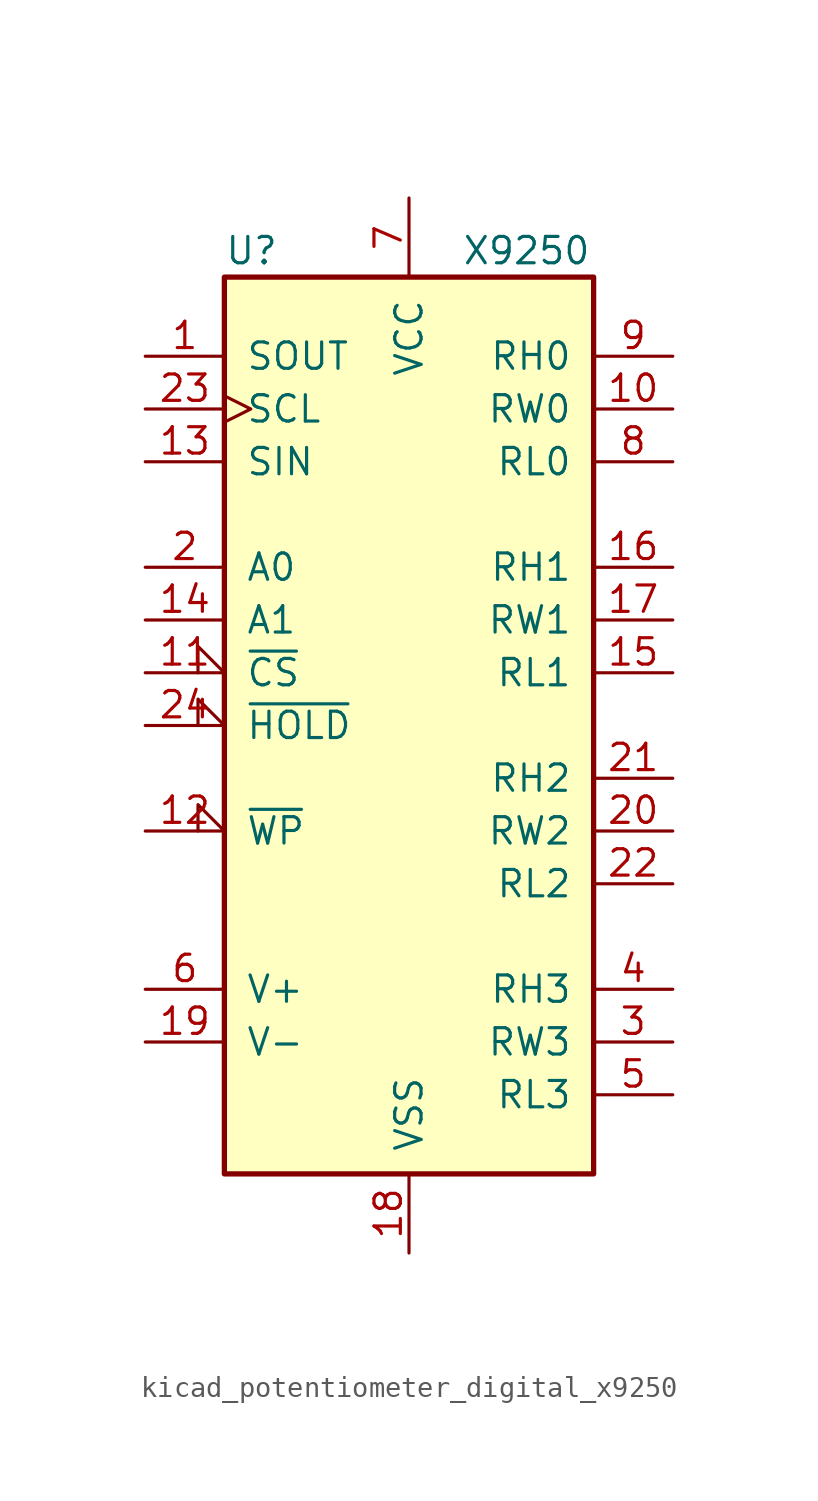
<source format=kicad_sym>
(kicad_symbol_lib
  (version 20220914)
  (generator kicad_symbol_editor)
  (symbol "kicad_potentiometer_digital_x9250"
    (pin_names
      (offset 1.016))
    (property "Reference" "U"
      (at -8.89 22.86 0)
      (effects (font (size 1.27 1.27)) (justify left)))
    (property "Value" "X9250"
      (at 2.54 22.86 0)
      (effects (font (size 1.27 1.27)) (justify left)))
    (symbol "kicad_potentiometer_digital_x9250_0_0"
      (pin input input_low (at -12.7 2.54 0) (length 3.81) (name "~{CS}" (effects (font (size 1.27 1.27)))) (number "11" (effects (font (size 1.27 1.27)))))
      (pin input line (at -12.7 12.7 0) (length 3.81) (name "SIN" (effects (font (size 1.27 1.27)))) (number "13" (effects (font (size 1.27 1.27)))))
      (pin input line (at -12.7 5.08 0) (length 3.81) (name "A1" (effects (font (size 1.27 1.27)))) (number "14" (effects (font (size 1.27 1.27)))))
      (pin power_in line (at 0 -25.4 90) (length 3.81) (name "VSS" (effects (font (size 1.27 1.27)))) (number "18" (effects (font (size 1.27 1.27)))))
      (pin passive line (at -12.7 -15.24 0) (length 3.81) (name "V-" (effects (font (size 1.27 1.27)))) (number "19" (effects (font (size 1.27 1.27)))))
      (pin input line (at -12.7 7.62 0) (length 3.81) (name "A0" (effects (font (size 1.27 1.27)))) (number "2" (effects (font (size 1.27 1.27)))))
      (pin input clock (at -12.7 15.24 0) (length 3.81) (name "SCL" (effects (font (size 1.27 1.27)))) (number "23" (effects (font (size 1.27 1.27)))))
      (pin input input_low (at -12.7 0 0) (length 3.81) (name "~{HOLD}" (effects (font (size 1.27 1.27)))) (number "24" (effects (font (size 1.27 1.27)))))
      (pin passive line (at -12.7 -12.7 0) (length 3.81) (name "V+" (effects (font (size 1.27 1.27)))) (number "6" (effects (font (size 1.27 1.27)))))
      (pin power_in line (at 0 25.4 270) (length 3.81) (name "VCC" (effects (font (size 1.27 1.27)))) (number "7" (effects (font (size 1.27 1.27))))))
    (symbol "kicad_potentiometer_digital_x9250_0_1"
      (rectangle (start -8.89 21.59) (end 8.89 -21.59) (stroke (width 0.254) (type default)) (fill (type background))))
    (symbol "kicad_potentiometer_digital_x9250_1_1"
      (pin output line (at -12.7 17.78 0) (length 3.81) (name "SOUT" (effects (font (size 1.27 1.27)))) (number "1" (effects (font (size 1.27 1.27)))))
      (pin passive line (at 12.7 15.24 180) (length 3.81) (name "RW0" (effects (font (size 1.27 1.27)))) (number "10" (effects (font (size 1.27 1.27)))))
      (pin input input_low (at -12.7 -5.08 0) (length 3.81) (name "~{WP}" (effects (font (size 1.27 1.27)))) (number "12" (effects (font (size 1.27 1.27)))))
      (pin passive line (at 12.7 2.54 180) (length 3.81) (name "RL1" (effects (font (size 1.27 1.27)))) (number "15" (effects (font (size 1.27 1.27)))))
      (pin passive line (at 12.7 7.62 180) (length 3.81) (name "RH1" (effects (font (size 1.27 1.27)))) (number "16" (effects (font (size 1.27 1.27)))))
      (pin passive line (at 12.7 5.08 180) (length 3.81) (name "RW1" (effects (font (size 1.27 1.27)))) (number "17" (effects (font (size 1.27 1.27)))))
      (pin passive line (at 12.7 -5.08 180) (length 3.81) (name "RW2" (effects (font (size 1.27 1.27)))) (number "20" (effects (font (size 1.27 1.27)))))
      (pin passive line (at 12.7 -2.54 180) (length 3.81) (name "RH2" (effects (font (size 1.27 1.27)))) (number "21" (effects (font (size 1.27 1.27)))))
      (pin passive line (at 12.7 -7.62 180) (length 3.81) (name "RL2" (effects (font (size 1.27 1.27)))) (number "22" (effects (font (size 1.27 1.27)))))
      (pin passive line (at 12.7 -15.24 180) (length 3.81) (name "RW3" (effects (font (size 1.27 1.27)))) (number "3" (effects (font (size 1.27 1.27)))))
      (pin passive line (at 12.7 -12.7 180) (length 3.81) (name "RH3" (effects (font (size 1.27 1.27)))) (number "4" (effects (font (size 1.27 1.27)))))
      (pin passive line (at 12.7 -17.78 180) (length 3.81) (name "RL3" (effects (font (size 1.27 1.27)))) (number "5" (effects (font (size 1.27 1.27)))))
      (pin passive line (at 12.7 12.7 180) (length 3.81) (name "RL0" (effects (font (size 1.27 1.27)))) (number "8" (effects (font (size 1.27 1.27)))))
      (pin passive line (at 12.7 17.78 180) (length 3.81) (name "RH0" (effects (font (size 1.27 1.27)))) (number "9" (effects (font (size 1.27 1.27))))))))
</source>
